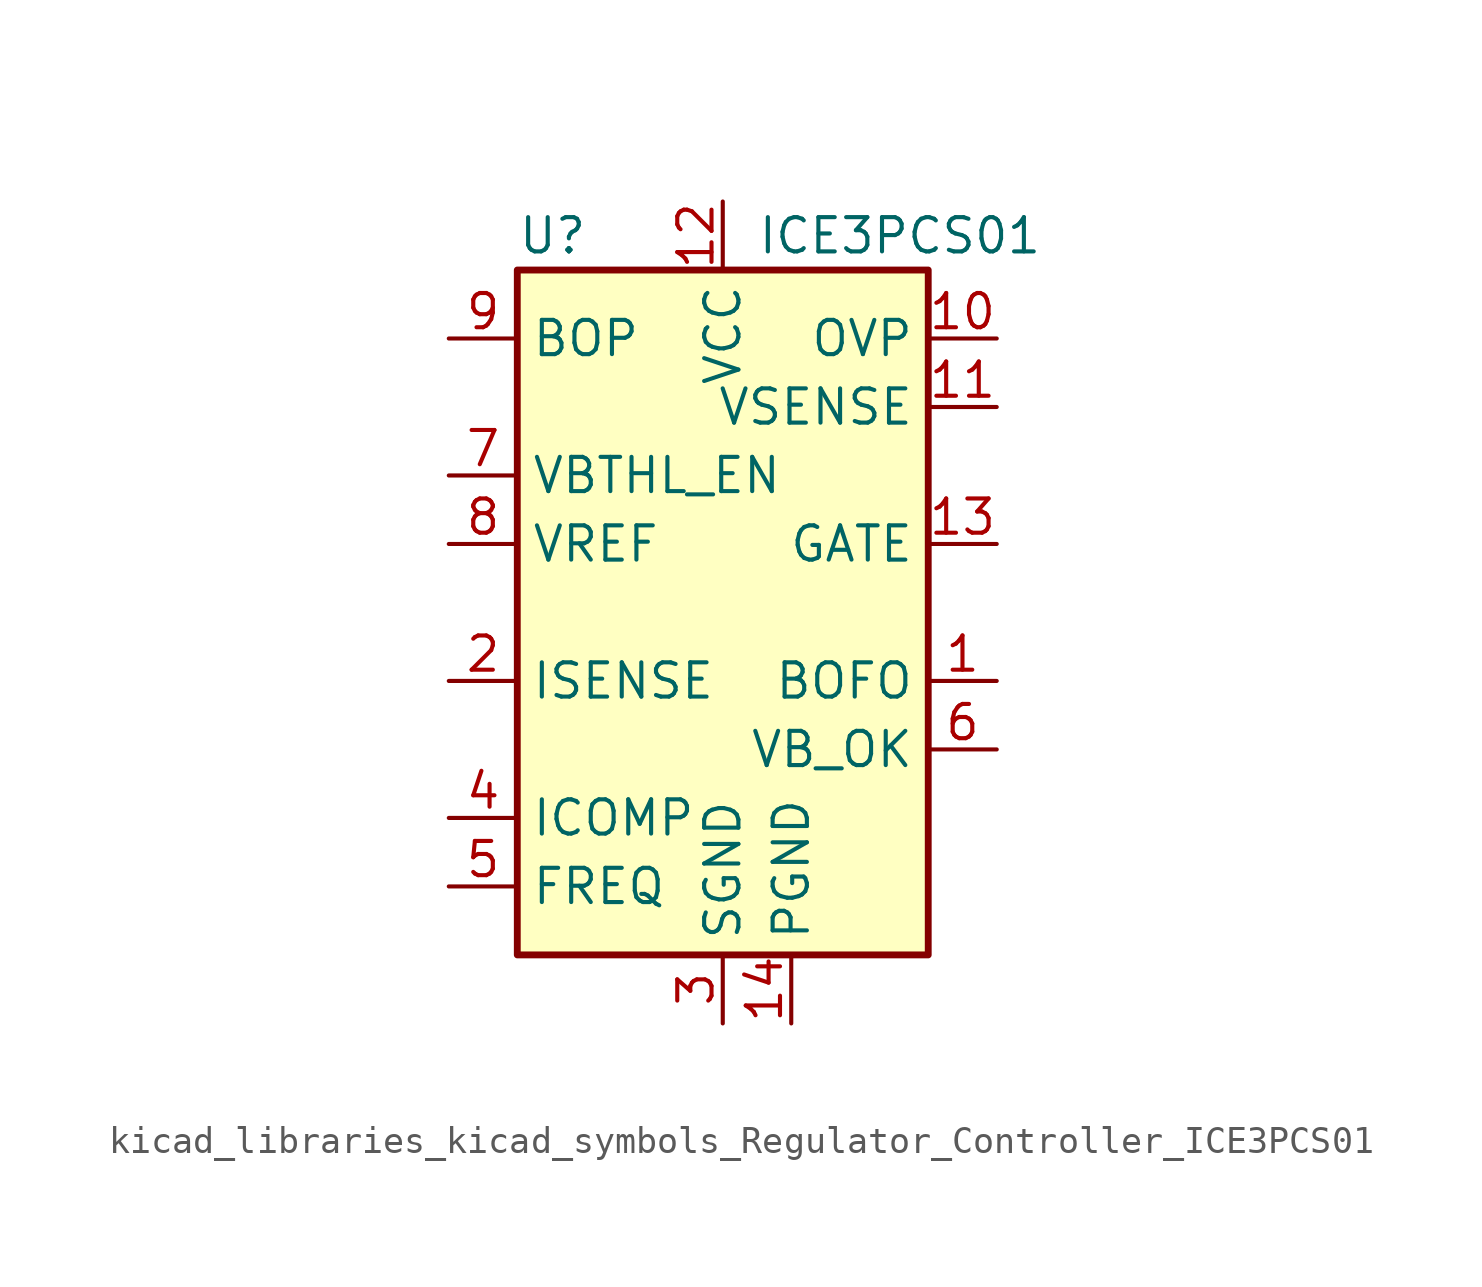
<source format=kicad_sym>
(kicad_symbol_lib
  (version 20220914)
  (generator kicad_symbol_editor)
  (symbol "kicad_libraries_kicad_symbols_Regulator_Controller_ICE3PCS01"
    (property "Reference" "U"
      (at -7.62 13.97 0)
      (effects (font (size 1.27 1.27)) (justify left)))
    (property "Value" "ICE3PCS01"
      (at 1.27 13.97 0)
      (effects (font (size 1.27 1.27)) (justify left)))
    (symbol "kicad_libraries_kicad_symbols_Regulator_Controller_ICE3PCS01_0_0"
      (rectangle (start -7.62 12.7) (end 7.62 -12.7) (stroke (width 0.254) (type default)) (fill (type background))))
    (symbol "kicad_libraries_kicad_symbols_Regulator_Controller_ICE3PCS01_1_1"
      (pin input line (at 10.16 -2.54 180) (length 2.54) (name "BOFO" (effects (font (size 1.27 1.27)))) (number "1" (effects (font (size 1.27 1.27)))))
      (pin input line (at 10.16 10.16 180) (length 2.54) (name "OVP" (effects (font (size 1.27 1.27)))) (number "10" (effects (font (size 1.27 1.27)))))
      (pin input line (at 10.16 7.62 180) (length 2.54) (name "VSENSE" (effects (font (size 1.27 1.27)))) (number "11" (effects (font (size 1.27 1.27)))))
      (pin power_in line (at 0 15.24 270) (length 2.54) (name "VCC" (effects (font (size 1.27 1.27)))) (number "12" (effects (font (size 1.27 1.27)))))
      (pin output line (at 10.16 2.54 180) (length 2.54) (name "GATE" (effects (font (size 1.27 1.27)))) (number "13" (effects (font (size 1.27 1.27)))))
      (pin power_in line (at 2.54 -15.24 90) (length 2.54) (name "PGND" (effects (font (size 1.27 1.27)))) (number "14" (effects (font (size 1.27 1.27)))))
      (pin input line (at -10.16 -2.54 0) (length 2.54) (name "ISENSE" (effects (font (size 1.27 1.27)))) (number "2" (effects (font (size 1.27 1.27)))))
      (pin power_in line (at 0 -15.24 90) (length 2.54) (name "SGND" (effects (font (size 1.27 1.27)))) (number "3" (effects (font (size 1.27 1.27)))))
      (pin passive line (at -10.16 -7.62 0) (length 2.54) (name "ICOMP" (effects (font (size 1.27 1.27)))) (number "4" (effects (font (size 1.27 1.27)))))
      (pin passive line (at -10.16 -10.16 0) (length 2.54) (name "FREQ" (effects (font (size 1.27 1.27)))) (number "5" (effects (font (size 1.27 1.27)))))
      (pin output line (at 10.16 -5.08 180) (length 2.54) (name "VB_OK" (effects (font (size 1.27 1.27)))) (number "6" (effects (font (size 1.27 1.27)))))
      (pin input line (at -10.16 5.08 0) (length 2.54) (name "VBTHL_EN" (effects (font (size 1.27 1.27)))) (number "7" (effects (font (size 1.27 1.27)))))
      (pin output line (at -10.16 2.54 0) (length 2.54) (name "VREF" (effects (font (size 1.27 1.27)))) (number "8" (effects (font (size 1.27 1.27)))))
      (pin input line (at -10.16 10.16 0) (length 2.54) (name "BOP" (effects (font (size 1.27 1.27)))) (number "9" (effects (font (size 1.27 1.27))))))))
</source>
